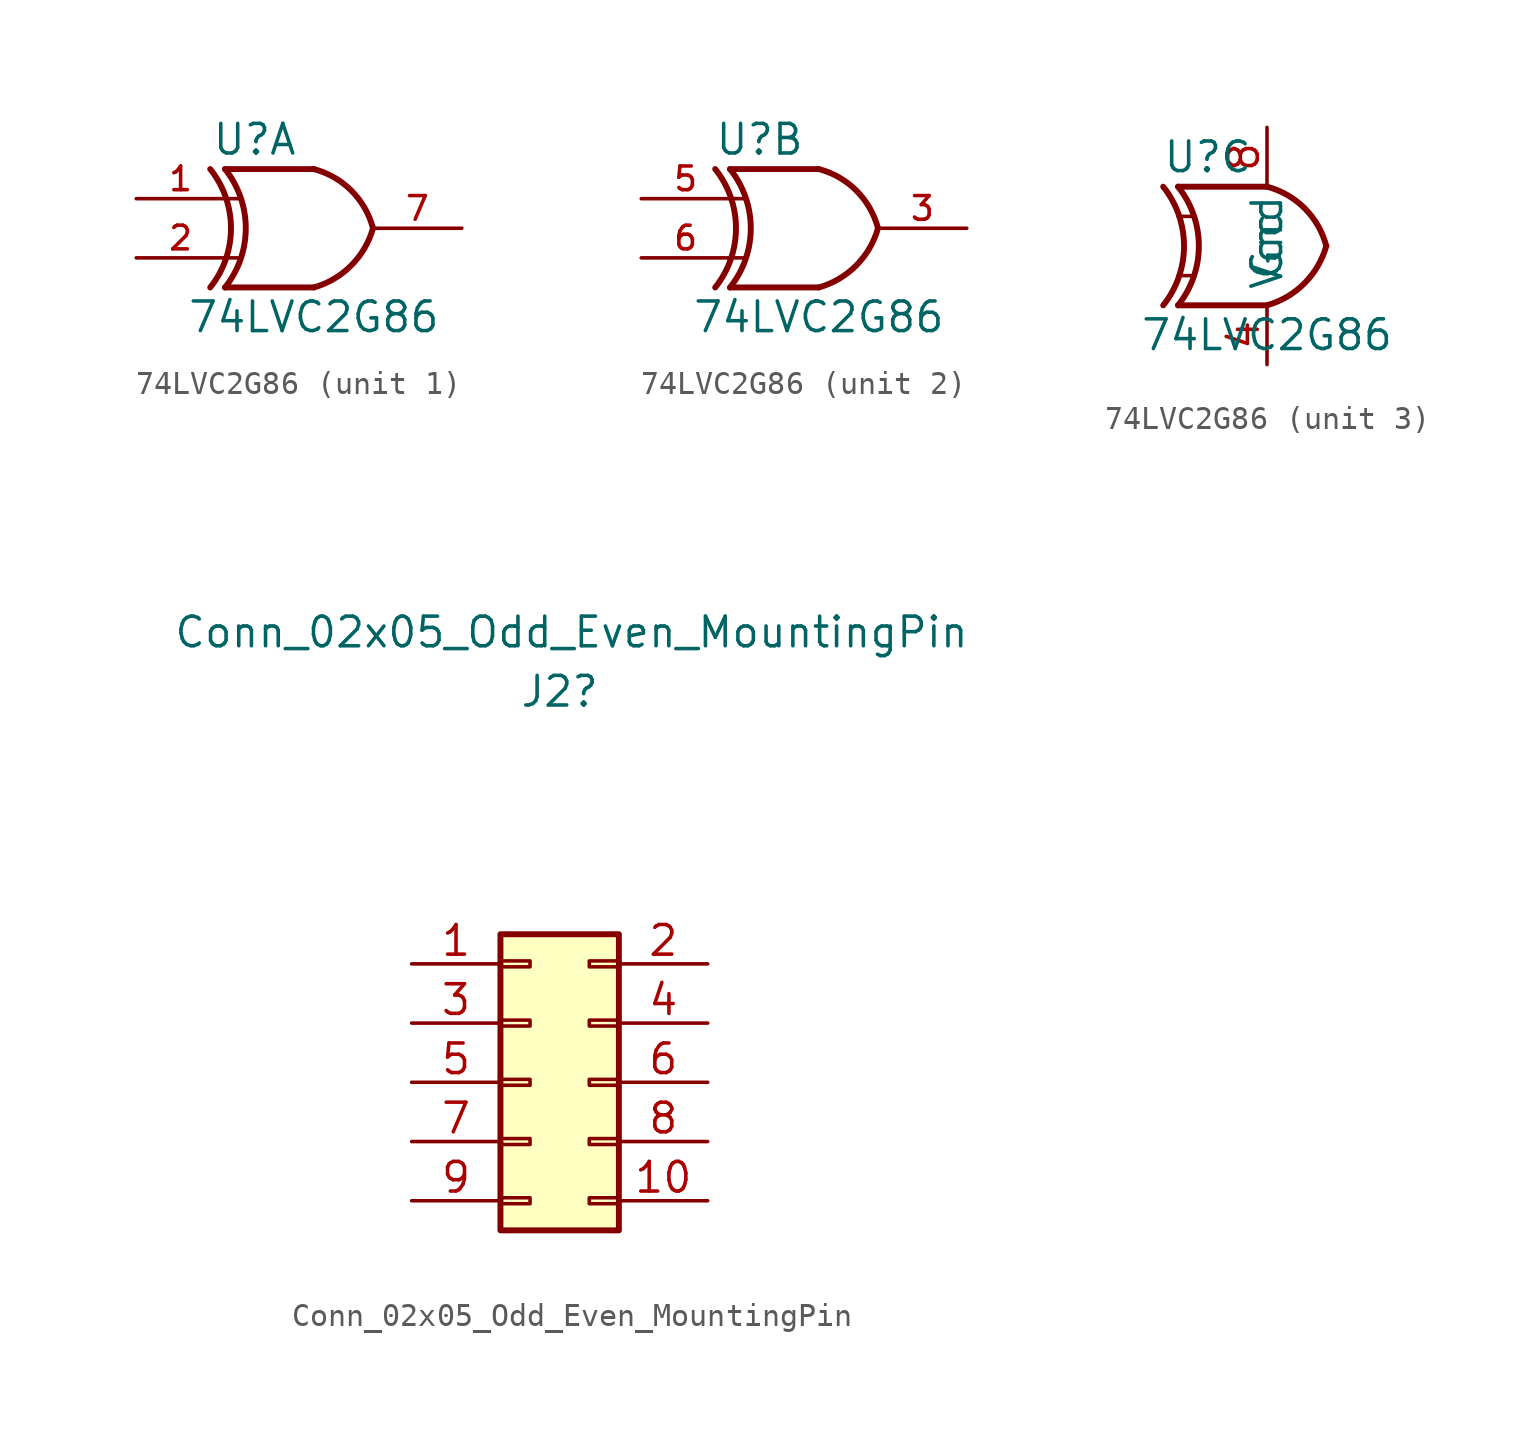
<source format=kicad_sym>
(kicad_symbol_lib
  (version 20211014)
  (generator kicad_symbol_editor)
  (symbol "74LVC2G86"
    (pin_names
      (offset 1.016))
    (property "Reference" "U"
      (at -2.54 3.81 0)
      (effects (font (size 1.27 1.27))))
    (property "Value" "74LVC2G86"
      (at 0 -3.81 0)
      (effects (font (size 1.27 1.27))))
    (property "ki_locked" ""
      (at 0 0 0)
      (effects (font (size 1.27 1.27))))
    (symbol "74LVC2G86_0_1"
      (arc (start -4.445 -2.54) (mid -3.554 0) (end -4.445 2.54) (stroke (width 0.254) (type default) (color 0 0 0 0)) (fill (type none)))
      (arc (start -3.81 -2.54) (mid -2.919 0) (end -3.81 2.54) (stroke (width 0.254) (type default) (color 0 0 0 0)) (fill (type none)))
      (arc (start 0 -2.54) (mid 1.601 -1.601) (end 2.54 0) (stroke (width 0.254) (type default) (color 0 0 0 0)) (fill (type none)))
      (polyline (pts (xy -3.81 -1.27) (xy -3.175 -1.27)) (stroke (width 0) (type default) (color 0 0 0 0)) (fill (type none)))
      (polyline (pts (xy -3.81 1.27) (xy -3.175 1.27)) (stroke (width 0) (type default) (color 0 0 0 0)) (fill (type none)))
      (polyline (pts (xy 0 -2.54) (xy -3.81 -2.54)) (stroke (width 0.254) (type default) (color 0 0 0 0)) (fill (type background)))
      (polyline (pts (xy 0 2.54) (xy -3.81 2.54)) (stroke (width 0.254) (type default) (color 0 0 0 0)) (fill (type background)))
      (arc (start 2.54 0) (mid 1.6136 1.6136) (end 0 2.54) (stroke (width 0.254) (type default) (color 0 0 0 0)) (fill (type none))))
    (symbol "74LVC2G86_1_1"
      (pin input line (at -7.62 1.27 0) (length 3.81) (name "~" (effects (font (size 1.016 1.016)))) (number "1" (effects (font (size 1.016 1.016)))))
      (pin input line (at -7.62 -1.27 0) (length 3.81) (name "~" (effects (font (size 1.016 1.016)))) (number "2" (effects (font (size 1.016 1.016)))))
      (pin output line (at 6.35 0 180) (length 3.81) (name "~" (effects (font (size 1.016 1.016)))) (number "7" (effects (font (size 1.016 1.016))))))
    (symbol "74LVC2G86_2_1"
      (pin output line (at 6.35 0 180) (length 3.81) (name "~" (effects (font (size 1.016 1.016)))) (number "3" (effects (font (size 1.016 1.016)))))
      (pin input line (at -7.62 1.27 0) (length 3.81) (name "~" (effects (font (size 1.016 1.016)))) (number "5" (effects (font (size 1.016 1.016)))))
      (pin input line (at -7.62 -1.27 0) (length 3.81) (name "~" (effects (font (size 1.016 1.016)))) (number "6" (effects (font (size 1.016 1.016))))))
    (symbol "74LVC2G86_3_1"
      (pin power_in line (at 0 -5.08 90) (length 2.54) (name "Gnd" (effects (font (size 1.27 1.27)))) (number "4" (effects (font (size 1.27 1.27)))))
      (pin power_in line (at 0 5.08 270) (length 2.54) (name "Vcc" (effects (font (size 1.27 1.27)))) (number "8" (effects (font (size 1.27 1.27)))))))
  (symbol "Conn_02x05_Odd_Even_MountingPin"
    (pin_names
      (offset 1.016) hide)
    (property "Reference" "J2"
      (at 1.27 16.764 0)
      (effects (font (size 1.27 1.27))))
    (property "Value" "Conn_02x05_Odd_Even_MountingPin"
      (at 1.778 19.304 0)
      (effects (font (size 1.27 1.27))))
    (symbol "Conn_02x05_Odd_Even_MountingPin_1_1"
      (rectangle (start -1.27 -4.953) (end 0 -5.207) (stroke (width 0.152) (type default) (color 0 0 0 0)) (fill (type none)))
      (rectangle (start -1.27 -2.413) (end 0 -2.667) (stroke (width 0.152) (type default) (color 0 0 0 0)) (fill (type none)))
      (rectangle (start -1.27 0.127) (end 0 -0.127) (stroke (width 0.152) (type default) (color 0 0 0 0)) (fill (type none)))
      (rectangle (start -1.27 2.667) (end 0 2.413) (stroke (width 0.152) (type default) (color 0 0 0 0)) (fill (type none)))
      (rectangle (start -1.27 5.207) (end 0 4.953) (stroke (width 0.152) (type default) (color 0 0 0 0)) (fill (type none)))
      (rectangle (start -1.27 6.35) (end 3.81 -6.35) (stroke (width 0.254) (type default) (color 0 0 0 0)) (fill (type background)))
      (rectangle (start 3.81 -4.953) (end 2.54 -5.207) (stroke (width 0.152) (type default) (color 0 0 0 0)) (fill (type none)))
      (rectangle (start 3.81 -2.413) (end 2.54 -2.667) (stroke (width 0.152) (type default) (color 0 0 0 0)) (fill (type none)))
      (rectangle (start 3.81 0.127) (end 2.54 -0.127) (stroke (width 0.152) (type default) (color 0 0 0 0)) (fill (type none)))
      (rectangle (start 3.81 2.667) (end 2.54 2.413) (stroke (width 0.152) (type default) (color 0 0 0 0)) (fill (type none)))
      (rectangle (start 3.81 5.207) (end 2.54 4.953) (stroke (width 0.152) (type default) (color 0 0 0 0)) (fill (type none)))
      (pin passive line (at -5.08 5.08 0) (length 3.81) (name "Pin_1" (effects (font (size 1.27 1.27)))) (number "1" (effects (font (size 1.27 1.27)))))
      (pin passive line (at 7.62 -5.08 180) (length 3.81) (name "Pin_10" (effects (font (size 1.27 1.27)))) (number "10" (effects (font (size 1.27 1.27)))))
      (pin passive line (at 7.62 5.08 180) (length 3.81) (name "Pin_2" (effects (font (size 1.27 1.27)))) (number "2" (effects (font (size 1.27 1.27)))))
      (pin passive line (at -5.08 2.54 0) (length 3.81) (name "Pin_3" (effects (font (size 1.27 1.27)))) (number "3" (effects (font (size 1.27 1.27)))))
      (pin passive line (at 7.62 2.54 180) (length 3.81) (name "Pin_4" (effects (font (size 1.27 1.27)))) (number "4" (effects (font (size 1.27 1.27)))))
      (pin passive line (at -5.08 0 0) (length 3.81) (name "Pin_5" (effects (font (size 1.27 1.27)))) (number "5" (effects (font (size 1.27 1.27)))))
      (pin passive line (at 7.62 0 180) (length 3.81) (name "Pin_6" (effects (font (size 1.27 1.27)))) (number "6" (effects (font (size 1.27 1.27)))))
      (pin passive line (at -5.08 -2.54 0) (length 3.81) (name "Pin_7" (effects (font (size 1.27 1.27)))) (number "7" (effects (font (size 1.27 1.27)))))
      (pin passive line (at 7.62 -2.54 180) (length 3.81) (name "Pin_8" (effects (font (size 1.27 1.27)))) (number "8" (effects (font (size 1.27 1.27)))))
      (pin passive line (at -5.08 -5.08 0) (length 3.81) (name "Pin_9" (effects (font (size 1.27 1.27)))) (number "9" (effects (font (size 1.27 1.27))))))))
</source>
